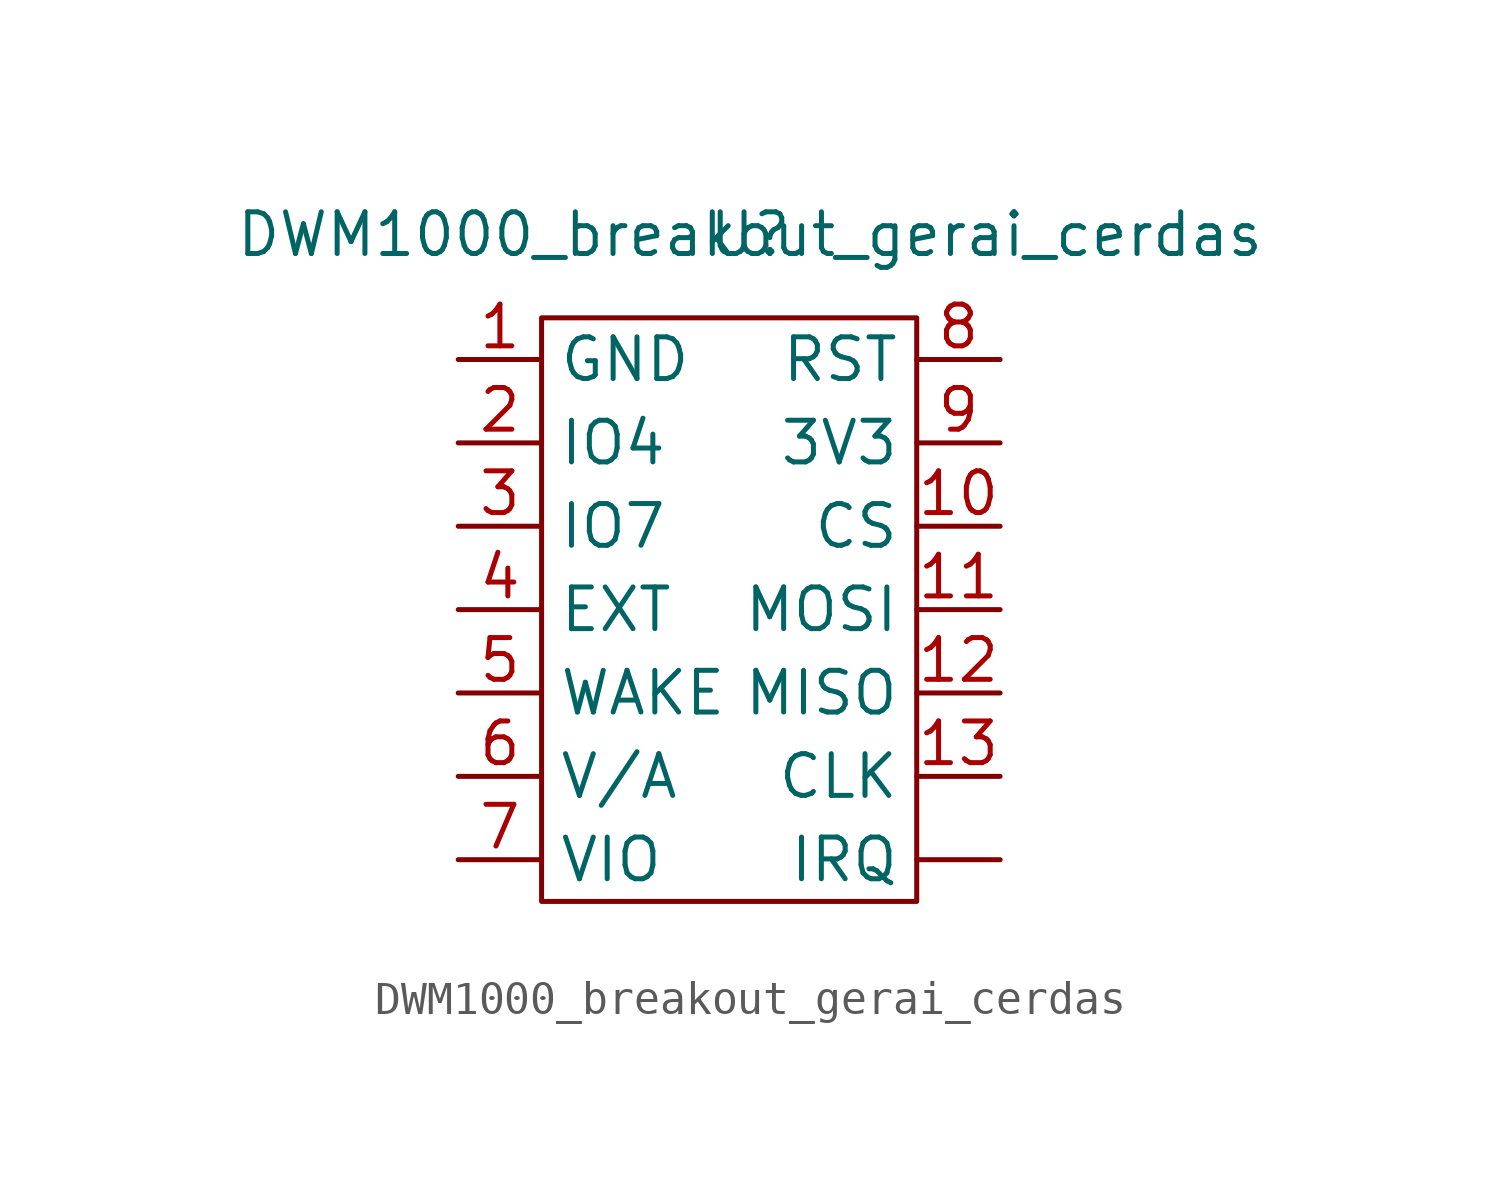
<source format=kicad_sym>
(kicad_symbol_lib
  (version 20211014)
  (generator kicad_symbol_editor)
  (symbol "DWM1000_breakout_gerai_cerdas"
    (property "Reference" "U"
      (at 0 0 0)
      (effects (font (size 1.27 1.27))))
    (property "Value" "DWM1000_breakout_gerai_cerdas"
      (at 0 0 0)
      (effects (font (size 1.27 1.27))))
    (symbol "DWM1000_breakout_gerai_cerdas_0_1"
      (rectangle (start -6.35 -2.54) (end 5.08 -20.32) (stroke (width 0) (type default) (color 0 0 0 0)) (fill (type none))))
    (symbol "DWM1000_breakout_gerai_cerdas_1_1"
      (pin input line (at 7.62 -19.05 180) (length 2.54) (name "IRQ" (effects (font (size 1.27 1.27)))) (number "" (effects (font (size 1.27 1.27)))))
      (pin input line (at -8.89 -3.81 0) (length 2.54) (name "GND" (effects (font (size 1.27 1.27)))) (number "1" (effects (font (size 1.27 1.27)))))
      (pin input line (at 7.62 -8.89 180) (length 2.54) (name "CS" (effects (font (size 1.27 1.27)))) (number "10" (effects (font (size 1.27 1.27)))))
      (pin input line (at 7.62 -11.43 180) (length 2.54) (name "MOSI" (effects (font (size 1.27 1.27)))) (number "11" (effects (font (size 1.27 1.27)))))
      (pin input line (at 7.62 -13.97 180) (length 2.54) (name "MISO" (effects (font (size 1.27 1.27)))) (number "12" (effects (font (size 1.27 1.27)))))
      (pin input line (at 7.62 -16.51 180) (length 2.54) (name "CLK" (effects (font (size 1.27 1.27)))) (number "13" (effects (font (size 1.27 1.27)))))
      (pin input line (at -8.89 -6.35 0) (length 2.54) (name "IO4" (effects (font (size 1.27 1.27)))) (number "2" (effects (font (size 1.27 1.27)))))
      (pin input line (at -8.89 -8.89 0) (length 2.54) (name "IO7" (effects (font (size 1.27 1.27)))) (number "3" (effects (font (size 1.27 1.27)))))
      (pin input line (at -8.89 -11.43 0) (length 2.54) (name "EXT" (effects (font (size 1.27 1.27)))) (number "4" (effects (font (size 1.27 1.27)))))
      (pin input line (at -8.89 -13.97 0) (length 2.54) (name "WAKE" (effects (font (size 1.27 1.27)))) (number "5" (effects (font (size 1.27 1.27)))))
      (pin input line (at -8.89 -16.51 0) (length 2.54) (name "V/A" (effects (font (size 1.27 1.27)))) (number "6" (effects (font (size 1.27 1.27)))))
      (pin input line (at -8.89 -19.05 0) (length 2.54) (name "VIO" (effects (font (size 1.27 1.27)))) (number "7" (effects (font (size 1.27 1.27)))))
      (pin input line (at 7.62 -3.81 180) (length 2.54) (name "RST" (effects (font (size 1.27 1.27)))) (number "8" (effects (font (size 1.27 1.27)))))
      (pin input line (at 7.62 -6.35 180) (length 2.54) (name "3V3" (effects (font (size 1.27 1.27)))) (number "9" (effects (font (size 1.27 1.27))))))))
</source>
